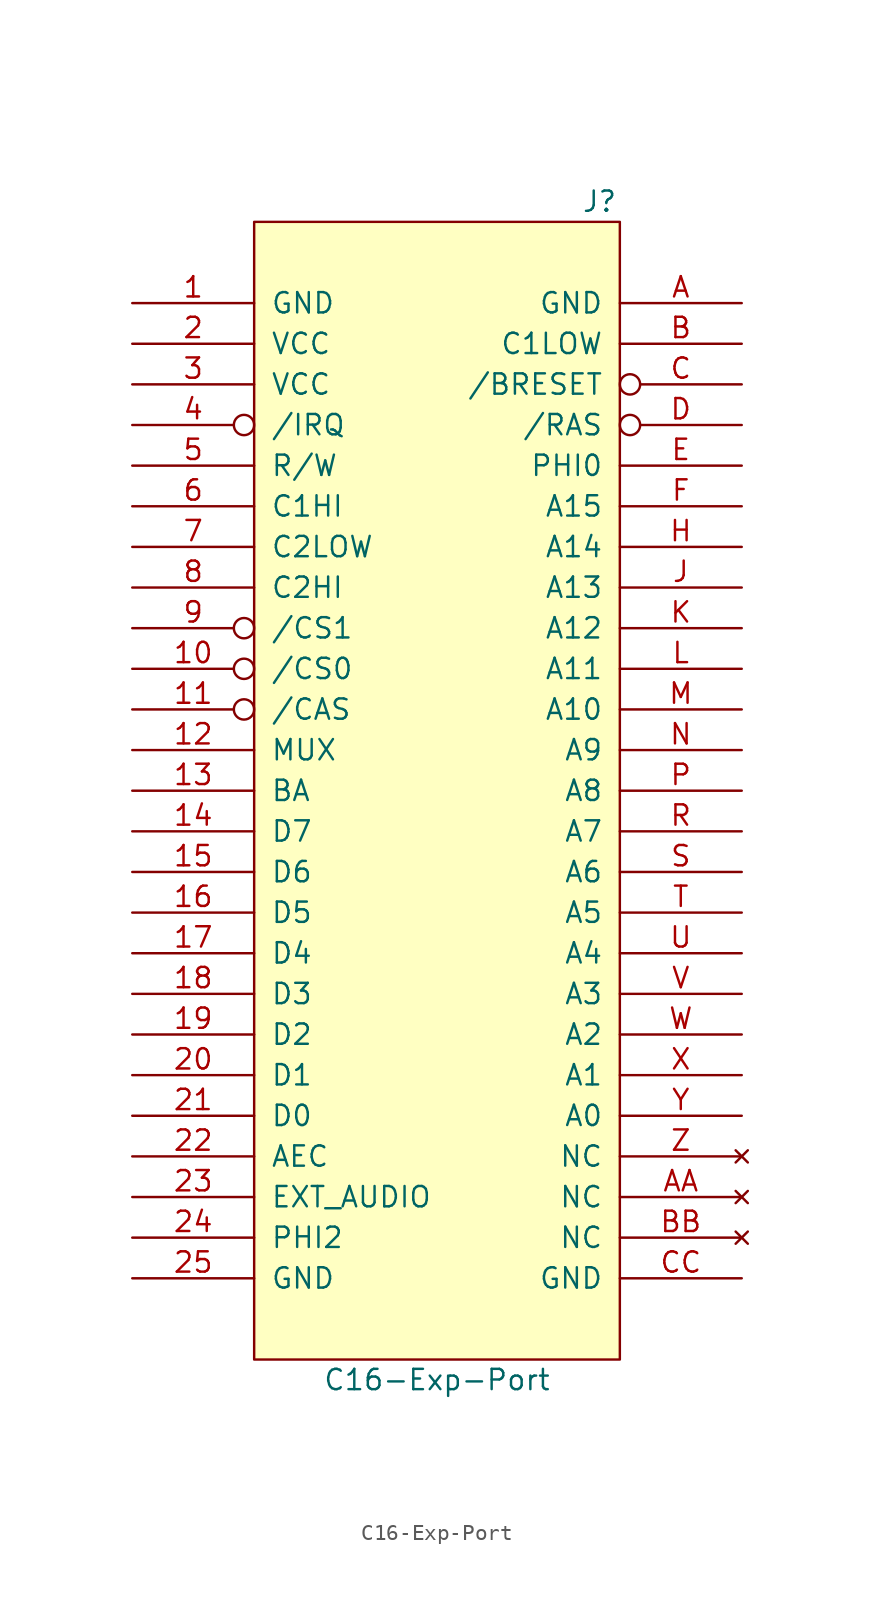
<source format=kicad_sym>
(kicad_symbol_lib
  (version 20231120)
  (generator "kicad_symbol_editor")
  (generator_version "8.0")
  (symbol "C16-Exp-Port"
    (pin_names
      (offset 1.016))
    (property "Reference" "J"
      (at 10.16 36.83 0)
      (effects (font (size 1.27 1.27))))
    (property "Value" "C16-Exp-Port"
      (at 0 -36.83 0)
      (effects (font (size 1.27 1.27))))
    (symbol "C16-Exp-Port_1_0"
      (rectangle (start -11.43 -35.56) (end 11.43 35.56) (stroke (width 0) (type solid)) (fill (type background))))
    (symbol "C16-Exp-Port_1_1"
      (pin power_out line (at -19.05 30.48 0) (length 7.62) (name "GND" (effects (font (size 1.27 1.27)))) (number "1" (effects (font (size 1.27 1.27)))))
      (pin output inverted (at -19.05 7.62 0) (length 7.62) (name "/CS0" (effects (font (size 1.27 1.27)))) (number "10" (effects (font (size 1.27 1.27)))))
      (pin output inverted (at -19.05 5.08 0) (length 7.62) (name "/CAS" (effects (font (size 1.27 1.27)))) (number "11" (effects (font (size 1.27 1.27)))))
      (pin output line (at -19.05 2.54 0) (length 7.62) (name "MUX" (effects (font (size 1.27 1.27)))) (number "12" (effects (font (size 1.27 1.27)))))
      (pin output line (at -19.05 0 0) (length 7.62) (name "BA" (effects (font (size 1.27 1.27)))) (number "13" (effects (font (size 1.27 1.27)))))
      (pin tri_state line (at -19.05 -2.54 0) (length 7.62) (name "D7" (effects (font (size 1.27 1.27)))) (number "14" (effects (font (size 1.27 1.27)))))
      (pin tri_state line (at -19.05 -5.08 0) (length 7.62) (name "D6" (effects (font (size 1.27 1.27)))) (number "15" (effects (font (size 1.27 1.27)))))
      (pin tri_state line (at -19.05 -7.62 0) (length 7.62) (name "D5" (effects (font (size 1.27 1.27)))) (number "16" (effects (font (size 1.27 1.27)))))
      (pin tri_state line (at -19.05 -10.16 0) (length 7.62) (name "D4" (effects (font (size 1.27 1.27)))) (number "17" (effects (font (size 1.27 1.27)))))
      (pin tri_state line (at -19.05 -12.7 0) (length 7.62) (name "D3" (effects (font (size 1.27 1.27)))) (number "18" (effects (font (size 1.27 1.27)))))
      (pin tri_state line (at -19.05 -15.24 0) (length 7.62) (name "D2" (effects (font (size 1.27 1.27)))) (number "19" (effects (font (size 1.27 1.27)))))
      (pin power_out line (at -19.05 27.94 0) (length 7.62) (name "VCC" (effects (font (size 1.27 1.27)))) (number "2" (effects (font (size 1.27 1.27)))))
      (pin tri_state line (at -19.05 -17.78 0) (length 7.62) (name "D1" (effects (font (size 1.27 1.27)))) (number "20" (effects (font (size 1.27 1.27)))))
      (pin tri_state line (at -19.05 -20.32 0) (length 7.62) (name "D0" (effects (font (size 1.27 1.27)))) (number "21" (effects (font (size 1.27 1.27)))))
      (pin output line (at -19.05 -22.86 0) (length 7.62) (name "AEC" (effects (font (size 1.27 1.27)))) (number "22" (effects (font (size 1.27 1.27)))))
      (pin input line (at -19.05 -25.4 0) (length 7.62) (name "EXT_AUDIO" (effects (font (size 1.27 1.27)))) (number "23" (effects (font (size 1.27 1.27)))))
      (pin output line (at -19.05 -27.94 0) (length 7.62) (name "PHI2" (effects (font (size 1.27 1.27)))) (number "24" (effects (font (size 1.27 1.27)))))
      (pin passive line (at -19.05 -30.48 0) (length 7.62) (name "GND" (effects (font (size 1.27 1.27)))) (number "25" (effects (font (size 1.27 1.27)))))
      (pin passive line (at -19.05 25.4 0) (length 7.62) (name "VCC" (effects (font (size 1.27 1.27)))) (number "3" (effects (font (size 1.27 1.27)))))
      (pin input inverted (at -19.05 22.86 0) (length 7.62) (name "/IRQ" (effects (font (size 1.27 1.27)))) (number "4" (effects (font (size 1.27 1.27)))))
      (pin output line (at -19.05 20.32 0) (length 7.62) (name "R/W" (effects (font (size 1.27 1.27)))) (number "5" (effects (font (size 1.27 1.27)))))
      (pin output line (at -19.05 17.78 0) (length 7.62) (name "C1HI" (effects (font (size 1.27 1.27)))) (number "6" (effects (font (size 1.27 1.27)))))
      (pin output line (at -19.05 15.24 0) (length 7.62) (name "C2LOW" (effects (font (size 1.27 1.27)))) (number "7" (effects (font (size 1.27 1.27)))))
      (pin output line (at -19.05 12.7 0) (length 7.62) (name "C2HI" (effects (font (size 1.27 1.27)))) (number "8" (effects (font (size 1.27 1.27)))))
      (pin output inverted (at -19.05 10.16 0) (length 7.62) (name "/CS1" (effects (font (size 1.27 1.27)))) (number "9" (effects (font (size 1.27 1.27)))))
      (pin passive line (at 19.05 30.48 180) (length 7.62) (name "GND" (effects (font (size 1.27 1.27)))) (number "A" (effects (font (size 1.27 1.27)))))
      (pin no_connect line (at 19.05 -25.4 180) (length 7.62) (name "NC" (effects (font (size 1.27 1.27)))) (number "AA" (effects (font (size 1.27 1.27)))))
      (pin output line (at 19.05 27.94 180) (length 7.62) (name "C1LOW" (effects (font (size 1.27 1.27)))) (number "B" (effects (font (size 1.27 1.27)))))
      (pin no_connect line (at 19.05 -27.94 180) (length 7.62) (name "NC" (effects (font (size 1.27 1.27)))) (number "BB" (effects (font (size 1.27 1.27)))))
      (pin open_collector inverted (at 19.05 25.4 180) (length 7.62) (name "/BRESET" (effects (font (size 1.27 1.27)))) (number "C" (effects (font (size 1.27 1.27)))))
      (pin passive line (at 19.05 -30.48 180) (length 7.62) (name "GND" (effects (font (size 1.27 1.27)))) (number "CC" (effects (font (size 1.27 1.27)))))
      (pin output inverted (at 19.05 22.86 180) (length 7.62) (name "/RAS" (effects (font (size 1.27 1.27)))) (number "D" (effects (font (size 1.27 1.27)))))
      (pin output line (at 19.05 20.32 180) (length 7.62) (name "PHI0" (effects (font (size 1.27 1.27)))) (number "E" (effects (font (size 1.27 1.27)))))
      (pin tri_state line (at 19.05 17.78 180) (length 7.62) (name "A15" (effects (font (size 1.27 1.27)))) (number "F" (effects (font (size 1.27 1.27)))))
      (pin tri_state line (at 19.05 15.24 180) (length 7.62) (name "A14" (effects (font (size 1.27 1.27)))) (number "H" (effects (font (size 1.27 1.27)))))
      (pin tri_state line (at 19.05 12.7 180) (length 7.62) (name "A13" (effects (font (size 1.27 1.27)))) (number "J" (effects (font (size 1.27 1.27)))))
      (pin tri_state line (at 19.05 10.16 180) (length 7.62) (name "A12" (effects (font (size 1.27 1.27)))) (number "K" (effects (font (size 1.27 1.27)))))
      (pin tri_state line (at 19.05 7.62 180) (length 7.62) (name "A11" (effects (font (size 1.27 1.27)))) (number "L" (effects (font (size 1.27 1.27)))))
      (pin tri_state line (at 19.05 5.08 180) (length 7.62) (name "A10" (effects (font (size 1.27 1.27)))) (number "M" (effects (font (size 1.27 1.27)))))
      (pin tri_state line (at 19.05 2.54 180) (length 7.62) (name "A9" (effects (font (size 1.27 1.27)))) (number "N" (effects (font (size 1.27 1.27)))))
      (pin tri_state line (at 19.05 0 180) (length 7.62) (name "A8" (effects (font (size 1.27 1.27)))) (number "P" (effects (font (size 1.27 1.27)))))
      (pin tri_state line (at 19.05 -2.54 180) (length 7.62) (name "A7" (effects (font (size 1.27 1.27)))) (number "R" (effects (font (size 1.27 1.27)))))
      (pin tri_state line (at 19.05 -5.08 180) (length 7.62) (name "A6" (effects (font (size 1.27 1.27)))) (number "S" (effects (font (size 1.27 1.27)))))
      (pin tri_state line (at 19.05 -7.62 180) (length 7.62) (name "A5" (effects (font (size 1.27 1.27)))) (number "T" (effects (font (size 1.27 1.27)))))
      (pin tri_state line (at 19.05 -10.16 180) (length 7.62) (name "A4" (effects (font (size 1.27 1.27)))) (number "U" (effects (font (size 1.27 1.27)))))
      (pin tri_state line (at 19.05 -12.7 180) (length 7.62) (name "A3" (effects (font (size 1.27 1.27)))) (number "V" (effects (font (size 1.27 1.27)))))
      (pin tri_state line (at 19.05 -15.24 180) (length 7.62) (name "A2" (effects (font (size 1.27 1.27)))) (number "W" (effects (font (size 1.27 1.27)))))
      (pin tri_state line (at 19.05 -17.78 180) (length 7.62) (name "A1" (effects (font (size 1.27 1.27)))) (number "X" (effects (font (size 1.27 1.27)))))
      (pin tri_state line (at 19.05 -20.32 180) (length 7.62) (name "A0" (effects (font (size 1.27 1.27)))) (number "Y" (effects (font (size 1.27 1.27)))))
      (pin no_connect line (at 19.05 -22.86 180) (length 7.62) (name "NC" (effects (font (size 1.27 1.27)))) (number "Z" (effects (font (size 1.27 1.27))))))))
</source>
